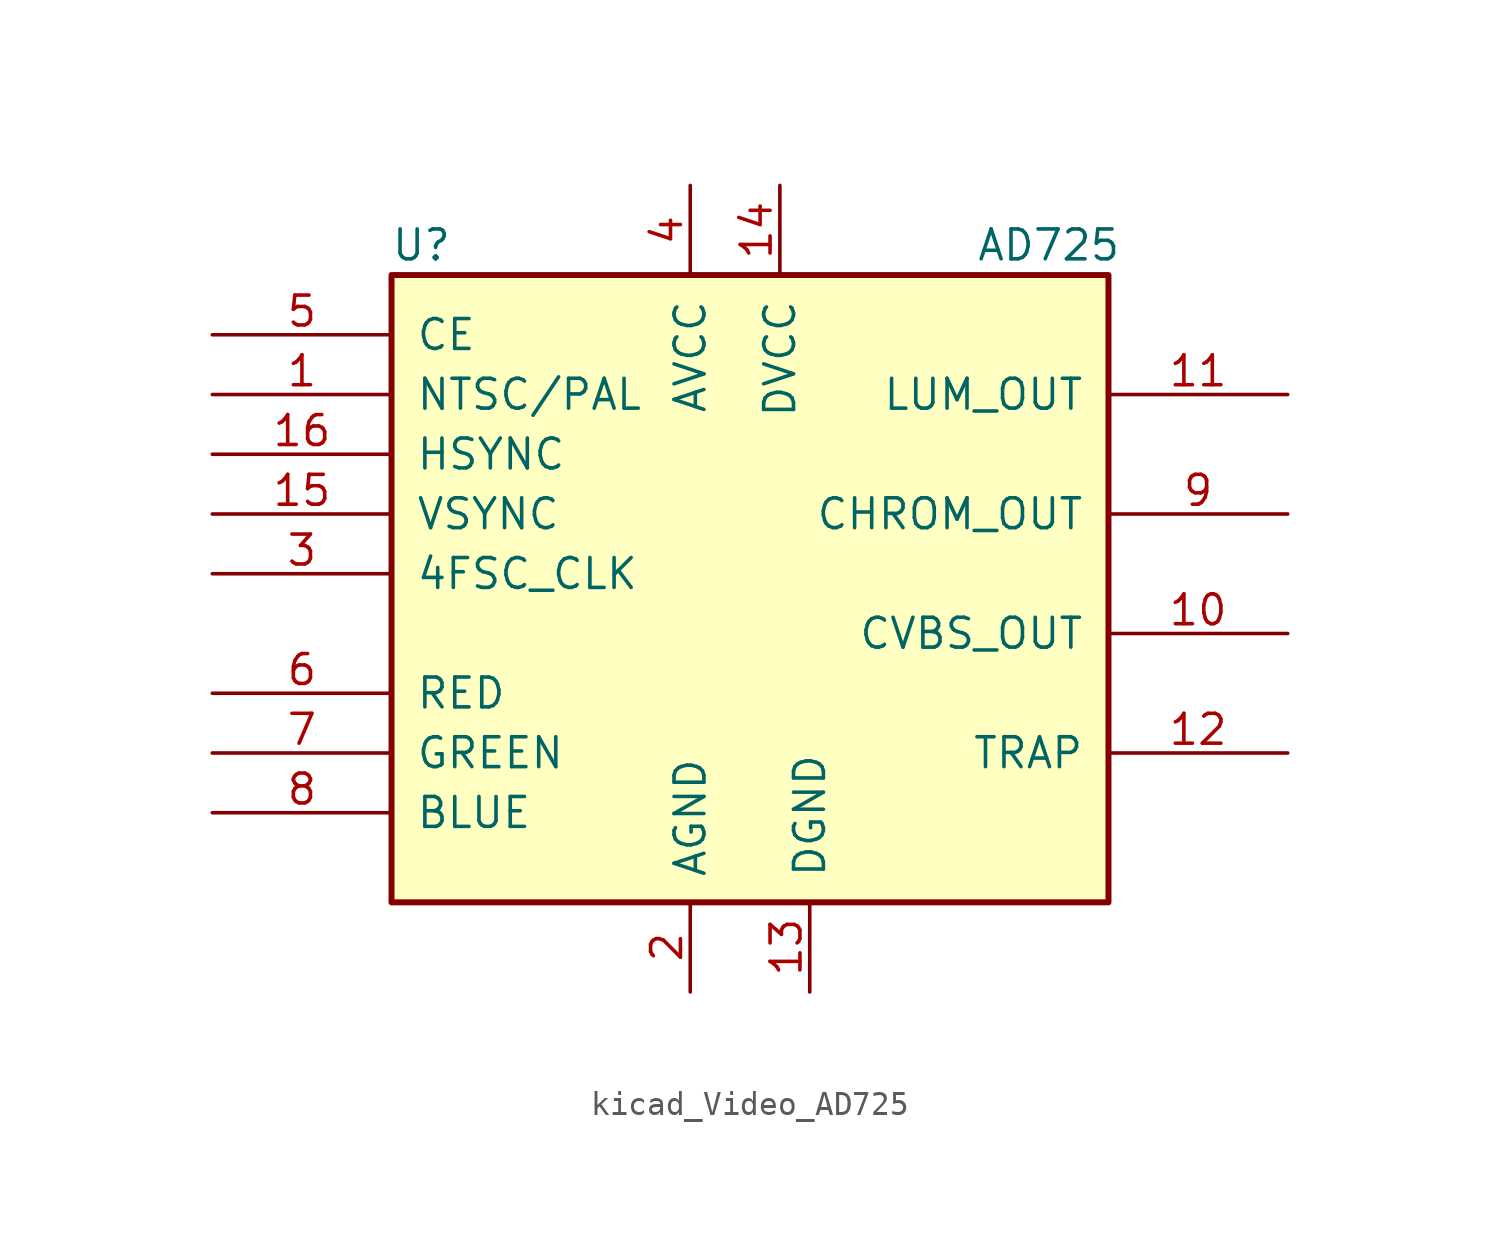
<source format=kicad_sym>
(kicad_symbol_lib
  (version 20220914)
  (generator kicad_symbol_editor)
  (symbol "kicad_Video_AD725"
    (pin_names
      (offset 1.016))
    (property "Reference" "U"
      (at -13.97 13.97 0)
      (effects (font (size 1.27 1.27))))
    (property "Value" "AD725"
      (at 12.7 13.97 0)
      (effects (font (size 1.27 1.27))))
    (symbol "kicad_Video_AD725_0_1"
      (rectangle (start -15.24 12.7) (end 15.24 -13.97) (stroke (width 0.254) (type default)) (fill (type background))))
    (symbol "kicad_Video_AD725_1_1"
      (pin input line (at -22.86 7.62 0) (length 7.62) (name "NTSC/PAL" (effects (font (size 1.27 1.27)))) (number "1" (effects (font (size 1.27 1.27)))))
      (pin output line (at 22.86 -2.54 180) (length 7.62) (name "CVBS_OUT" (effects (font (size 1.27 1.27)))) (number "10" (effects (font (size 1.27 1.27)))))
      (pin output line (at 22.86 7.62 180) (length 7.62) (name "LUM_OUT" (effects (font (size 1.27 1.27)))) (number "11" (effects (font (size 1.27 1.27)))))
      (pin input line (at 22.86 -7.62 180) (length 7.62) (name "TRAP" (effects (font (size 1.27 1.27)))) (number "12" (effects (font (size 1.27 1.27)))))
      (pin power_in line (at 2.54 -17.78 90) (length 3.81) (name "DGND" (effects (font (size 1.27 1.27)))) (number "13" (effects (font (size 1.27 1.27)))))
      (pin power_in line (at 1.27 16.51 270) (length 3.81) (name "DVCC" (effects (font (size 1.27 1.27)))) (number "14" (effects (font (size 1.27 1.27)))))
      (pin input line (at -22.86 2.54 0) (length 7.62) (name "VSYNC" (effects (font (size 1.27 1.27)))) (number "15" (effects (font (size 1.27 1.27)))))
      (pin input line (at -22.86 5.08 0) (length 7.62) (name "HSYNC" (effects (font (size 1.27 1.27)))) (number "16" (effects (font (size 1.27 1.27)))))
      (pin power_in line (at -2.54 -17.78 90) (length 3.81) (name "AGND" (effects (font (size 1.27 1.27)))) (number "2" (effects (font (size 1.27 1.27)))))
      (pin input line (at -22.86 0 0) (length 7.62) (name "4FSC_CLK" (effects (font (size 1.27 1.27)))) (number "3" (effects (font (size 1.27 1.27)))))
      (pin power_in line (at -2.54 16.51 270) (length 3.81) (name "AVCC" (effects (font (size 1.27 1.27)))) (number "4" (effects (font (size 1.27 1.27)))))
      (pin power_in line (at -22.86 10.16 0) (length 7.62) (name "CE" (effects (font (size 1.27 1.27)))) (number "5" (effects (font (size 1.27 1.27)))))
      (pin input line (at -22.86 -5.08 0) (length 7.62) (name "RED" (effects (font (size 1.27 1.27)))) (number "6" (effects (font (size 1.27 1.27)))))
      (pin input line (at -22.86 -7.62 0) (length 7.62) (name "GREEN" (effects (font (size 1.27 1.27)))) (number "7" (effects (font (size 1.27 1.27)))))
      (pin input line (at -22.86 -10.16 0) (length 7.62) (name "BLUE" (effects (font (size 1.27 1.27)))) (number "8" (effects (font (size 1.27 1.27)))))
      (pin output line (at 22.86 2.54 180) (length 7.62) (name "CHROM_OUT" (effects (font (size 1.27 1.27)))) (number "9" (effects (font (size 1.27 1.27))))))))
</source>
